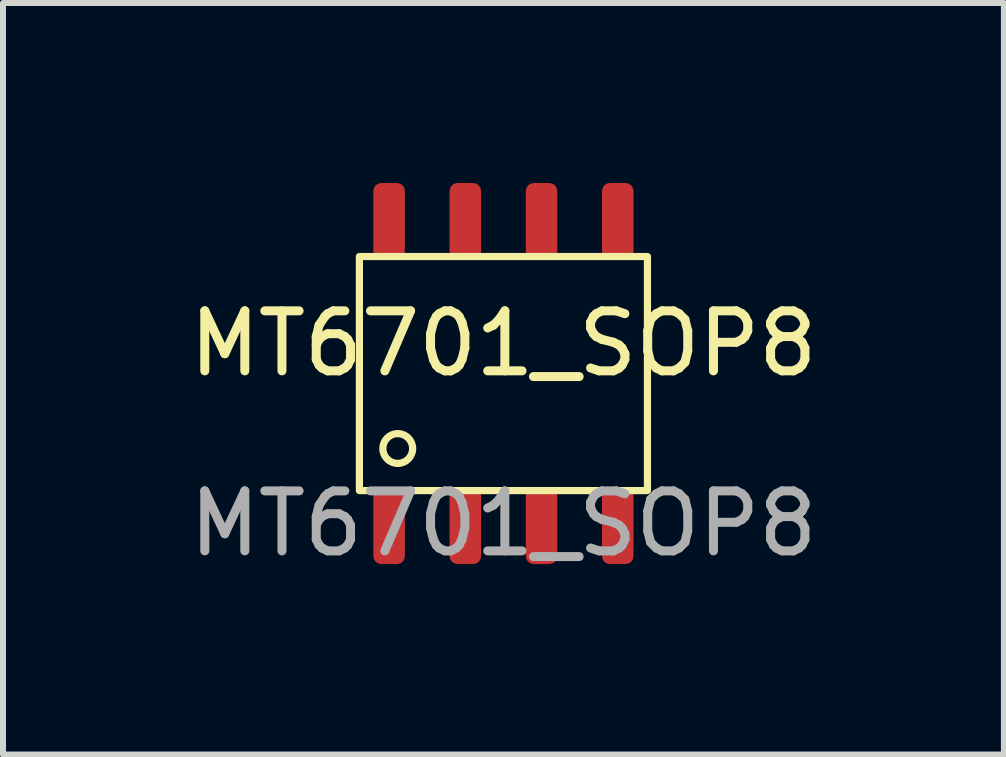
<source format=kicad_pcb>
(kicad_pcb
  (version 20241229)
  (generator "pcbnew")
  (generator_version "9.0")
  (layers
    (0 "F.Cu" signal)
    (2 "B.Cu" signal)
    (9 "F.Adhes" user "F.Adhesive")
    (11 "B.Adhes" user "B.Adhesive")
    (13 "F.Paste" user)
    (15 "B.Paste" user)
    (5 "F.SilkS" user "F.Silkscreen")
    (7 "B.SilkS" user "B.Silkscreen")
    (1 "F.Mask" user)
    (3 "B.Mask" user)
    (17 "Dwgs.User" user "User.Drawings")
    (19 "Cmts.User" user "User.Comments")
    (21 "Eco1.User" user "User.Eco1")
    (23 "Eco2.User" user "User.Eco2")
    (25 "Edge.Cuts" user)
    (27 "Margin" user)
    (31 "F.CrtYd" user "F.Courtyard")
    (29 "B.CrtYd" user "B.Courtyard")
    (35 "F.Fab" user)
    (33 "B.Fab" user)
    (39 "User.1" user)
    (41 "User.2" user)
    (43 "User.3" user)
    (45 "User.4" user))
  (footprint "MT6701_SOP8"
    (layer "F.Cu")
    (at 5.339 3.175)
    (property "Reference" "MT6701_SOP8" (at 0 -0.5 0) (unlocked yes) (layer "F.SilkS") (effects (font (size 1 1) (thickness 0.15))))
    (attr smd)
    (fp_rect (start -2.4 -1.95) (end 2.4 1.95) (stroke (width 0.12) (type default)) (fill no) (layer "F.SilkS"))
    (fp_circle (center -1.761 1.249) (end -1.598 1.436) (stroke (width 0.12) (type default)) (fill no) (layer "F.SilkS"))
    (fp_text user "${REFERENCE}" (at 0 2.5 0) (unlocked yes) (layer "F.Fab") (effects (font (size 1 1) (thickness 0.15))))
    (pad "1" smd roundrect (at -1.905 2.54 180) (size 0.525 1.27) (layers "F.Cu" "F.Mask" "F.Paste") (roundrect_rratio 0.25))
    (pad "2" smd roundrect (at -0.635 2.54 180) (size 0.525 1.27) (layers "F.Cu" "F.Mask" "F.Paste") (roundrect_rratio 0.25))
    (pad "3" smd roundrect (at 0.635 2.54 180) (size 0.525 1.27) (layers "F.Cu" "F.Mask" "F.Paste") (roundrect_rratio 0.25))
    (pad "4" smd roundrect (at 1.905 2.54 180) (size 0.525 1.27) (layers "F.Cu" "F.Mask" "F.Paste") (roundrect_rratio 0.25))
    (pad "5" smd roundrect (at 1.905 -2.54 180) (size 0.525 1.27) (layers "F.Cu" "F.Mask" "F.Paste") (roundrect_rratio 0.25))
    (pad "6" smd roundrect (at 0.635 -2.54 180) (size 0.525 1.27) (layers "F.Cu" "F.Mask" "F.Paste") (roundrect_rratio 0.25))
    (pad "7" smd roundrect (at -0.635 -2.54 180) (size 0.525 1.27) (layers "F.Cu" "F.Mask" "F.Paste") (roundrect_rratio 0.25))
    (pad "8" smd roundrect (at -1.905 -2.54 180) (size 0.525 1.27) (layers "F.Cu" "F.Mask" "F.Paste") (roundrect_rratio 0.25)))
  (gr_rect
    (start -3 -3)
    (end 13.679 9.523)
    (stroke (width 0.1) (type default))
    (fill no)
    (layer "Edge.Cuts")))
</source>
